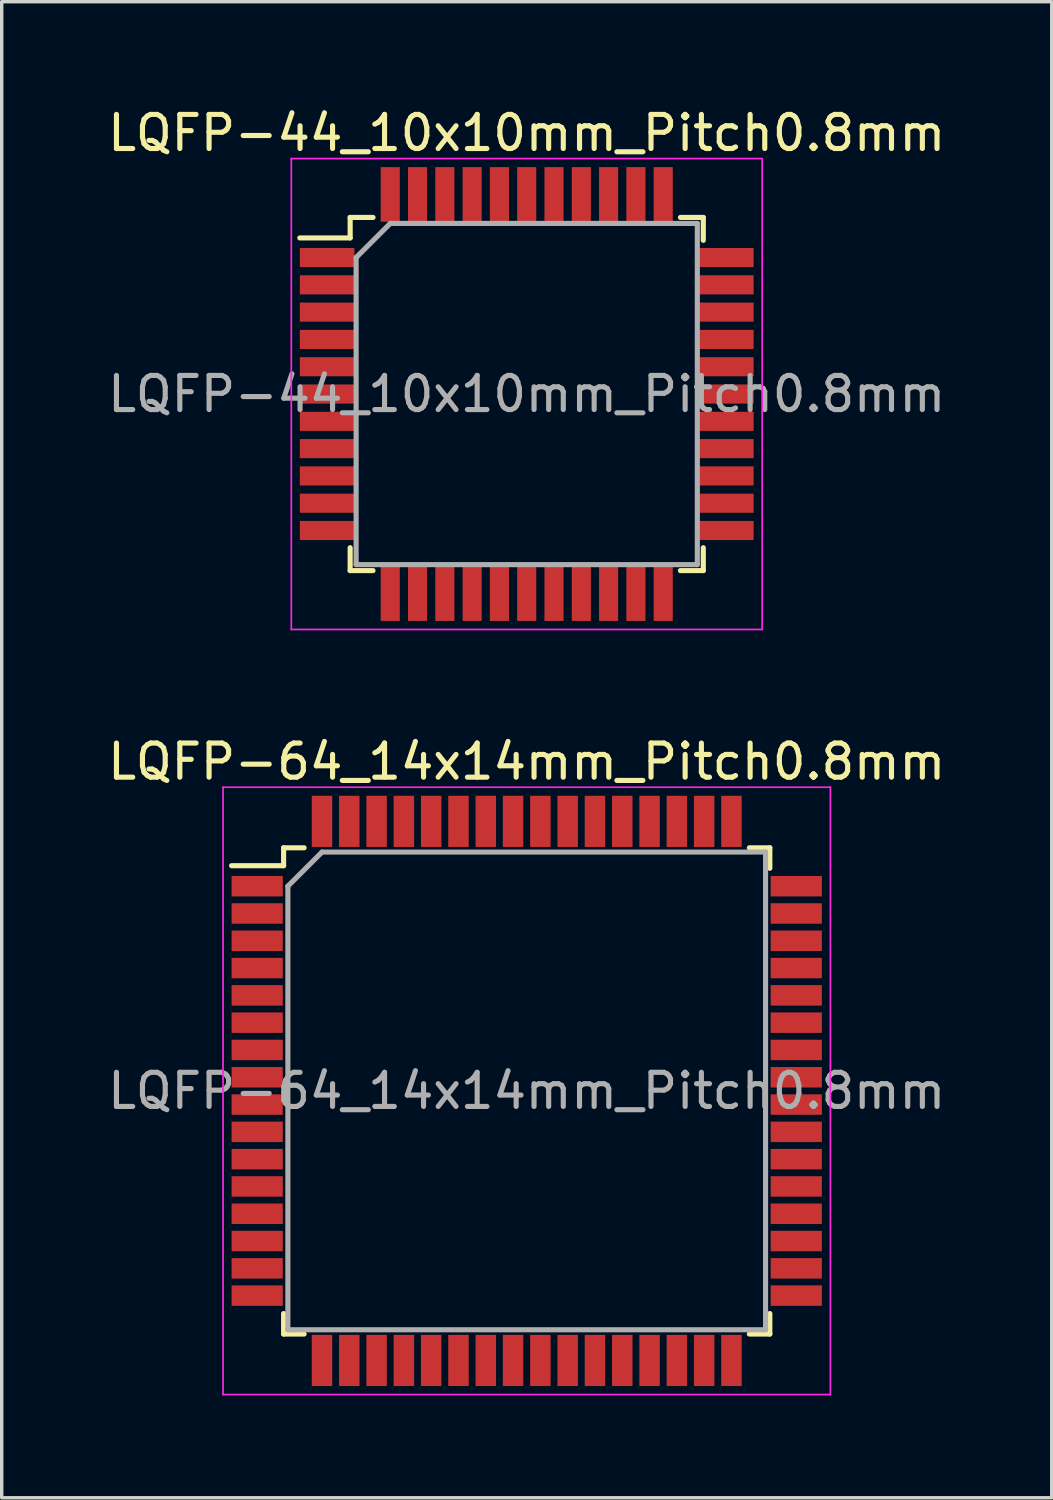
<source format=kicad_pcb>
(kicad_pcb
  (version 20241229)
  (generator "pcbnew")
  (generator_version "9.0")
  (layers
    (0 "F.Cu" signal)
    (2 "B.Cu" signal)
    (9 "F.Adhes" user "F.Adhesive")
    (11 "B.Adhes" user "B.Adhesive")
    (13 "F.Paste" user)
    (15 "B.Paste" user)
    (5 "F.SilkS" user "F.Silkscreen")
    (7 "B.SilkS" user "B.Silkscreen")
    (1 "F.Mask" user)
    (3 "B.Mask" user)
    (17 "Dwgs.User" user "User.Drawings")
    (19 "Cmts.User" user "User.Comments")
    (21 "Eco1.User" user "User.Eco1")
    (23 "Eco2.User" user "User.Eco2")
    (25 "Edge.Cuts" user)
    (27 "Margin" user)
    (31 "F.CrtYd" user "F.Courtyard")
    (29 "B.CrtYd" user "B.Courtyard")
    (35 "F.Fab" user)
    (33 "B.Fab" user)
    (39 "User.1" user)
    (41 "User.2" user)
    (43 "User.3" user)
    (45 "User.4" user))
  (footprint "LQFP-64_14x14mm_Pitch0.8mm"
    (layer "F.Cu")
    (at 12.387 28.922)
    (property "Reference" "LQFP-64_14x14mm_Pitch0.8mm" (at 0 -9.65 0) (layer "F.SilkS") (effects (font (size 1 1) (thickness 0.15))))
    (attr smd)
    (fp_line (start -7.125 -7.125) (end -7.125 -6.6) (stroke (width 0.15) (type solid)) (layer "F.SilkS"))
    (fp_line (start -7.125 -7.125) (end -6.525 -7.125) (stroke (width 0.15) (type solid)) (layer "F.SilkS"))
    (fp_line (start -7.125 -6.6) (end -8.65 -6.6) (stroke (width 0.15) (type solid)) (layer "F.SilkS"))
    (fp_line (start -7.125 7.125) (end -7.125 6.525) (stroke (width 0.15) (type solid)) (layer "F.SilkS"))
    (fp_line (start -7.125 7.125) (end -6.525 7.125) (stroke (width 0.15) (type solid)) (layer "F.SilkS"))
    (fp_line (start 7.125 -7.125) (end 6.525 -7.125) (stroke (width 0.15) (type solid)) (layer "F.SilkS"))
    (fp_line (start 7.125 -7.125) (end 7.125 -6.525) (stroke (width 0.15) (type solid)) (layer "F.SilkS"))
    (fp_line (start 7.125 7.125) (end 6.525 7.125) (stroke (width 0.15) (type solid)) (layer "F.SilkS"))
    (fp_line (start 7.125 7.125) (end 7.125 6.525) (stroke (width 0.15) (type solid)) (layer "F.SilkS"))
    (fp_line (start -8.9 -8.9) (end -8.9 8.9) (stroke (width 0.05) (type solid)) (layer "F.CrtYd"))
    (fp_line (start -8.9 -8.9) (end 8.9 -8.9) (stroke (width 0.05) (type solid)) (layer "F.CrtYd"))
    (fp_line (start -8.9 8.9) (end 8.9 8.9) (stroke (width 0.05) (type solid)) (layer "F.CrtYd"))
    (fp_line (start 8.9 -8.9) (end 8.9 8.9) (stroke (width 0.05) (type solid)) (layer "F.CrtYd"))
    (fp_line (start -7 -6) (end -6 -7) (stroke (width 0.15) (type solid)) (layer "F.Fab"))
    (fp_line (start -7 7) (end -7 -6) (stroke (width 0.15) (type solid)) (layer "F.Fab"))
    (fp_line (start -6 -7) (end 7 -7) (stroke (width 0.15) (type solid)) (layer "F.Fab"))
    (fp_line (start 7 -7) (end 7 7) (stroke (width 0.15) (type solid)) (layer "F.Fab"))
    (fp_line (start 7 7) (end -7 7) (stroke (width 0.15) (type solid)) (layer "F.Fab"))
    (fp_text user "${REFERENCE}" (at 0 0 0) (layer "F.Fab") (effects (font (size 1 1) (thickness 0.15))))
    (pad "1" smd rect (at -7.9 -6) (size 1.5 0.6) (layers "F.Cu" "F.Mask" "F.Paste"))
    (pad "2" smd rect (at -7.9 -5.2) (size 1.5 0.6) (layers "F.Cu" "F.Mask" "F.Paste"))
    (pad "3" smd rect (at -7.9 -4.4) (size 1.5 0.6) (layers "F.Cu" "F.Mask" "F.Paste"))
    (pad "4" smd rect (at -7.9 -3.6) (size 1.5 0.6) (layers "F.Cu" "F.Mask" "F.Paste"))
    (pad "5" smd rect (at -7.9 -2.8) (size 1.5 0.6) (layers "F.Cu" "F.Mask" "F.Paste"))
    (pad "6" smd rect (at -7.9 -2) (size 1.5 0.6) (layers "F.Cu" "F.Mask" "F.Paste"))
    (pad "7" smd rect (at -7.9 -1.2) (size 1.5 0.6) (layers "F.Cu" "F.Mask" "F.Paste"))
    (pad "8" smd rect (at -7.9 -0.4) (size 1.5 0.6) (layers "F.Cu" "F.Mask" "F.Paste"))
    (pad "9" smd rect (at -7.9 0.4) (size 1.5 0.6) (layers "F.Cu" "F.Mask" "F.Paste"))
    (pad "10" smd rect (at -7.9 1.2) (size 1.5 0.6) (layers "F.Cu" "F.Mask" "F.Paste"))
    (pad "11" smd rect (at -7.9 2) (size 1.5 0.6) (layers "F.Cu" "F.Mask" "F.Paste"))
    (pad "12" smd rect (at -7.9 2.8) (size 1.5 0.6) (layers "F.Cu" "F.Mask" "F.Paste"))
    (pad "13" smd rect (at -7.9 3.6) (size 1.5 0.6) (layers "F.Cu" "F.Mask" "F.Paste"))
    (pad "14" smd rect (at -7.9 4.4) (size 1.5 0.6) (layers "F.Cu" "F.Mask" "F.Paste"))
    (pad "15" smd rect (at -7.9 5.2) (size 1.5 0.6) (layers "F.Cu" "F.Mask" "F.Paste"))
    (pad "16" smd rect (at -7.9 6) (size 1.5 0.6) (layers "F.Cu" "F.Mask" "F.Paste"))
    (pad "17" smd rect (at -6 7.9 90) (size 1.5 0.6) (layers "F.Cu" "F.Mask" "F.Paste"))
    (pad "18" smd rect (at -5.2 7.9 90) (size 1.5 0.6) (layers "F.Cu" "F.Mask" "F.Paste"))
    (pad "19" smd rect (at -4.4 7.9 90) (size 1.5 0.6) (layers "F.Cu" "F.Mask" "F.Paste"))
    (pad "20" smd rect (at -3.6 7.9 90) (size 1.5 0.6) (layers "F.Cu" "F.Mask" "F.Paste"))
    (pad "21" smd rect (at -2.8 7.9 90) (size 1.5 0.6) (layers "F.Cu" "F.Mask" "F.Paste"))
    (pad "22" smd rect (at -2 7.9 90) (size 1.5 0.6) (layers "F.Cu" "F.Mask" "F.Paste"))
    (pad "23" smd rect (at -1.2 7.9 90) (size 1.5 0.6) (layers "F.Cu" "F.Mask" "F.Paste"))
    (pad "24" smd rect (at -0.4 7.9 90) (size 1.5 0.6) (layers "F.Cu" "F.Mask" "F.Paste"))
    (pad "25" smd rect (at 0.4 7.9 90) (size 1.5 0.6) (layers "F.Cu" "F.Mask" "F.Paste"))
    (pad "26" smd rect (at 1.2 7.9 90) (size 1.5 0.6) (layers "F.Cu" "F.Mask" "F.Paste"))
    (pad "27" smd rect (at 2 7.9 90) (size 1.5 0.6) (layers "F.Cu" "F.Mask" "F.Paste"))
    (pad "28" smd rect (at 2.8 7.9 90) (size 1.5 0.6) (layers "F.Cu" "F.Mask" "F.Paste"))
    (pad "29" smd rect (at 3.6 7.9 90) (size 1.5 0.6) (layers "F.Cu" "F.Mask" "F.Paste"))
    (pad "30" smd rect (at 4.4 7.9 90) (size 1.5 0.6) (layers "F.Cu" "F.Mask" "F.Paste"))
    (pad "31" smd rect (at 5.2 7.9 90) (size 1.5 0.6) (layers "F.Cu" "F.Mask" "F.Paste"))
    (pad "32" smd rect (at 6 7.9 90) (size 1.5 0.6) (layers "F.Cu" "F.Mask" "F.Paste"))
    (pad "33" smd rect (at 7.9 6) (size 1.5 0.6) (layers "F.Cu" "F.Mask" "F.Paste"))
    (pad "34" smd rect (at 7.9 5.2) (size 1.5 0.6) (layers "F.Cu" "F.Mask" "F.Paste"))
    (pad "35" smd rect (at 7.9 4.4) (size 1.5 0.6) (layers "F.Cu" "F.Mask" "F.Paste"))
    (pad "36" smd rect (at 7.9 3.6) (size 1.5 0.6) (layers "F.Cu" "F.Mask" "F.Paste"))
    (pad "37" smd rect (at 7.9 2.8) (size 1.5 0.6) (layers "F.Cu" "F.Mask" "F.Paste"))
    (pad "38" smd rect (at 7.9 2) (size 1.5 0.6) (layers "F.Cu" "F.Mask" "F.Paste"))
    (pad "39" smd rect (at 7.9 1.2) (size 1.5 0.6) (layers "F.Cu" "F.Mask" "F.Paste"))
    (pad "40" smd rect (at 7.9 0.4) (size 1.5 0.6) (layers "F.Cu" "F.Mask" "F.Paste"))
    (pad "41" smd rect (at 7.9 -0.4) (size 1.5 0.6) (layers "F.Cu" "F.Mask" "F.Paste"))
    (pad "42" smd rect (at 7.9 -1.2) (size 1.5 0.6) (layers "F.Cu" "F.Mask" "F.Paste"))
    (pad "43" smd rect (at 7.9 -2) (size 1.5 0.6) (layers "F.Cu" "F.Mask" "F.Paste"))
    (pad "44" smd rect (at 7.9 -2.8) (size 1.5 0.6) (layers "F.Cu" "F.Mask" "F.Paste"))
    (pad "45" smd rect (at 7.9 -3.6) (size 1.5 0.6) (layers "F.Cu" "F.Mask" "F.Paste"))
    (pad "46" smd rect (at 7.9 -4.4) (size 1.5 0.6) (layers "F.Cu" "F.Mask" "F.Paste"))
    (pad "47" smd rect (at 7.9 -5.2) (size 1.5 0.6) (layers "F.Cu" "F.Mask" "F.Paste"))
    (pad "48" smd rect (at 7.9 -6) (size 1.5 0.6) (layers "F.Cu" "F.Mask" "F.Paste"))
    (pad "49" smd rect (at 6 -7.9 90) (size 1.5 0.6) (layers "F.Cu" "F.Mask" "F.Paste"))
    (pad "50" smd rect (at 5.2 -7.9 90) (size 1.5 0.6) (layers "F.Cu" "F.Mask" "F.Paste"))
    (pad "51" smd rect (at 4.4 -7.9 90) (size 1.5 0.6) (layers "F.Cu" "F.Mask" "F.Paste"))
    (pad "52" smd rect (at 3.6 -7.9 90) (size 1.5 0.6) (layers "F.Cu" "F.Mask" "F.Paste"))
    (pad "53" smd rect (at 2.8 -7.9 90) (size 1.5 0.6) (layers "F.Cu" "F.Mask" "F.Paste"))
    (pad "54" smd rect (at 2 -7.9 90) (size 1.5 0.6) (layers "F.Cu" "F.Mask" "F.Paste"))
    (pad "55" smd rect (at 1.2 -7.9 90) (size 1.5 0.6) (layers "F.Cu" "F.Mask" "F.Paste"))
    (pad "56" smd rect (at 0.4 -7.9 90) (size 1.5 0.6) (layers "F.Cu" "F.Mask" "F.Paste"))
    (pad "57" smd rect (at -0.4 -7.9 90) (size 1.5 0.6) (layers "F.Cu" "F.Mask" "F.Paste"))
    (pad "58" smd rect (at -1.2 -7.9 90) (size 1.5 0.6) (layers "F.Cu" "F.Mask" "F.Paste"))
    (pad "59" smd rect (at -2 -7.9 90) (size 1.5 0.6) (layers "F.Cu" "F.Mask" "F.Paste"))
    (pad "60" smd rect (at -2.8 -7.9 90) (size 1.5 0.6) (layers "F.Cu" "F.Mask" "F.Paste"))
    (pad "61" smd rect (at -3.6 -7.9 90) (size 1.5 0.6) (layers "F.Cu" "F.Mask" "F.Paste"))
    (pad "62" smd rect (at -4.4 -7.9 90) (size 1.5 0.6) (layers "F.Cu" "F.Mask" "F.Paste"))
    (pad "63" smd rect (at -5.2 -7.9 90) (size 1.5 0.6) (layers "F.Cu" "F.Mask" "F.Paste"))
    (pad "64" smd rect (at -6 -7.9 90) (size 1.5 0.6) (layers "F.Cu" "F.Mask" "F.Paste")))
  (footprint "LQFP-44_10x10mm_Pitch0.8mm"
    (layer "F.Cu")
    (at 12.387 8.498)
    (property "Reference" "LQFP-44_10x10mm_Pitch0.8mm" (at 0 -7.65 0) (layer "F.SilkS") (effects (font (size 1 1) (thickness 0.15))))
    (attr smd)
    (fp_line (start -5.175 -5.175) (end -5.175 -4.575) (stroke (width 0.15) (type solid)) (layer "F.SilkS"))
    (fp_line (start -5.175 -5.175) (end -4.505 -5.175) (stroke (width 0.15) (type solid)) (layer "F.SilkS"))
    (fp_line (start -5.175 -4.575) (end -6.65 -4.575) (stroke (width 0.15) (type solid)) (layer "F.SilkS"))
    (fp_line (start -5.175 5.175) (end -5.175 4.505) (stroke (width 0.15) (type solid)) (layer "F.SilkS"))
    (fp_line (start -5.175 5.175) (end -4.505 5.175) (stroke (width 0.15) (type solid)) (layer "F.SilkS"))
    (fp_line (start 5.175 -5.175) (end 4.505 -5.175) (stroke (width 0.15) (type solid)) (layer "F.SilkS"))
    (fp_line (start 5.175 -5.175) (end 5.175 -4.505) (stroke (width 0.15) (type solid)) (layer "F.SilkS"))
    (fp_line (start 5.175 5.175) (end 4.505 5.175) (stroke (width 0.15) (type solid)) (layer "F.SilkS"))
    (fp_line (start 5.175 5.175) (end 5.175 4.505) (stroke (width 0.15) (type solid)) (layer "F.SilkS"))
    (fp_line (start -6.9 -6.9) (end -6.9 6.9) (stroke (width 0.05) (type solid)) (layer "F.CrtYd"))
    (fp_line (start -6.9 -6.9) (end 6.9 -6.9) (stroke (width 0.05) (type solid)) (layer "F.CrtYd"))
    (fp_line (start -6.9 6.9) (end 6.9 6.9) (stroke (width 0.05) (type solid)) (layer "F.CrtYd"))
    (fp_line (start 6.9 -6.9) (end 6.9 6.9) (stroke (width 0.05) (type solid)) (layer "F.CrtYd"))
    (fp_line (start -5 -4) (end -4 -5) (stroke (width 0.15) (type solid)) (layer "F.Fab"))
    (fp_line (start -5 5) (end -5 -4) (stroke (width 0.15) (type solid)) (layer "F.Fab"))
    (fp_line (start -4 -5) (end 5 -5) (stroke (width 0.15) (type solid)) (layer "F.Fab"))
    (fp_line (start 5 -5) (end 5 5) (stroke (width 0.15) (type solid)) (layer "F.Fab"))
    (fp_line (start 5 5) (end -5 5) (stroke (width 0.15) (type solid)) (layer "F.Fab"))
    (fp_text user "${REFERENCE}" (at 0 0 0) (layer "F.Fab") (effects (font (size 1 1) (thickness 0.15))))
    (pad "1" smd rect (at -5.85 -4) (size 1.6 0.56) (layers "F.Cu" "F.Mask" "F.Paste"))
    (pad "2" smd rect (at -5.85 -3.2) (size 1.6 0.56) (layers "F.Cu" "F.Mask" "F.Paste"))
    (pad "3" smd rect (at -5.85 -2.4) (size 1.6 0.56) (layers "F.Cu" "F.Mask" "F.Paste"))
    (pad "4" smd rect (at -5.85 -1.6) (size 1.6 0.56) (layers "F.Cu" "F.Mask" "F.Paste"))
    (pad "5" smd rect (at -5.85 -0.8) (size 1.6 0.56) (layers "F.Cu" "F.Mask" "F.Paste"))
    (pad "6" smd rect (at -5.85 0) (size 1.6 0.56) (layers "F.Cu" "F.Mask" "F.Paste"))
    (pad "7" smd rect (at -5.85 0.8) (size 1.6 0.56) (layers "F.Cu" "F.Mask" "F.Paste"))
    (pad "8" smd rect (at -5.85 1.6) (size 1.6 0.56) (layers "F.Cu" "F.Mask" "F.Paste"))
    (pad "9" smd rect (at -5.85 2.4) (size 1.6 0.56) (layers "F.Cu" "F.Mask" "F.Paste"))
    (pad "10" smd rect (at -5.85 3.2) (size 1.6 0.56) (layers "F.Cu" "F.Mask" "F.Paste"))
    (pad "11" smd rect (at -5.85 4) (size 1.6 0.56) (layers "F.Cu" "F.Mask" "F.Paste"))
    (pad "12" smd rect (at -4 5.85 90) (size 1.6 0.56) (layers "F.Cu" "F.Mask" "F.Paste"))
    (pad "13" smd rect (at -3.2 5.85 90) (size 1.6 0.56) (layers "F.Cu" "F.Mask" "F.Paste"))
    (pad "14" smd rect (at -2.4 5.85 90) (size 1.6 0.56) (layers "F.Cu" "F.Mask" "F.Paste"))
    (pad "15" smd rect (at -1.6 5.85 90) (size 1.6 0.56) (layers "F.Cu" "F.Mask" "F.Paste"))
    (pad "16" smd rect (at -0.8 5.85 90) (size 1.6 0.56) (layers "F.Cu" "F.Mask" "F.Paste"))
    (pad "17" smd rect (at 0 5.85 90) (size 1.6 0.56) (layers "F.Cu" "F.Mask" "F.Paste"))
    (pad "18" smd rect (at 0.8 5.85 90) (size 1.6 0.56) (layers "F.Cu" "F.Mask" "F.Paste"))
    (pad "19" smd rect (at 1.6 5.85 90) (size 1.6 0.56) (layers "F.Cu" "F.Mask" "F.Paste"))
    (pad "20" smd rect (at 2.4 5.85 90) (size 1.6 0.56) (layers "F.Cu" "F.Mask" "F.Paste"))
    (pad "21" smd rect (at 3.2 5.85 90) (size 1.6 0.56) (layers "F.Cu" "F.Mask" "F.Paste"))
    (pad "22" smd rect (at 4 5.85 90) (size 1.6 0.56) (layers "F.Cu" "F.Mask" "F.Paste"))
    (pad "23" smd rect (at 5.85 4) (size 1.6 0.56) (layers "F.Cu" "F.Mask" "F.Paste"))
    (pad "24" smd rect (at 5.85 3.2) (size 1.6 0.56) (layers "F.Cu" "F.Mask" "F.Paste"))
    (pad "25" smd rect (at 5.85 2.4) (size 1.6 0.56) (layers "F.Cu" "F.Mask" "F.Paste"))
    (pad "26" smd rect (at 5.85 1.6) (size 1.6 0.56) (layers "F.Cu" "F.Mask" "F.Paste"))
    (pad "27" smd rect (at 5.85 0.8) (size 1.6 0.56) (layers "F.Cu" "F.Mask" "F.Paste"))
    (pad "28" smd rect (at 5.85 0) (size 1.6 0.56) (layers "F.Cu" "F.Mask" "F.Paste"))
    (pad "29" smd rect (at 5.85 -0.8) (size 1.6 0.56) (layers "F.Cu" "F.Mask" "F.Paste"))
    (pad "30" smd rect (at 5.85 -1.6) (size 1.6 0.56) (layers "F.Cu" "F.Mask" "F.Paste"))
    (pad "31" smd rect (at 5.85 -2.4) (size 1.6 0.56) (layers "F.Cu" "F.Mask" "F.Paste"))
    (pad "32" smd rect (at 5.85 -3.2) (size 1.6 0.56) (layers "F.Cu" "F.Mask" "F.Paste"))
    (pad "33" smd rect (at 5.85 -4) (size 1.6 0.56) (layers "F.Cu" "F.Mask" "F.Paste"))
    (pad "34" smd rect (at 4 -5.85 90) (size 1.6 0.56) (layers "F.Cu" "F.Mask" "F.Paste"))
    (pad "35" smd rect (at 3.2 -5.85 90) (size 1.6 0.56) (layers "F.Cu" "F.Mask" "F.Paste"))
    (pad "36" smd rect (at 2.4 -5.85 90) (size 1.6 0.56) (layers "F.Cu" "F.Mask" "F.Paste"))
    (pad "37" smd rect (at 1.6 -5.85 90) (size 1.6 0.56) (layers "F.Cu" "F.Mask" "F.Paste"))
    (pad "38" smd rect (at 0.8 -5.85 90) (size 1.6 0.56) (layers "F.Cu" "F.Mask" "F.Paste"))
    (pad "39" smd rect (at 0 -5.85 90) (size 1.6 0.56) (layers "F.Cu" "F.Mask" "F.Paste"))
    (pad "40" smd rect (at -0.8 -5.85 90) (size 1.6 0.56) (layers "F.Cu" "F.Mask" "F.Paste"))
    (pad "41" smd rect (at -1.6 -5.85 90) (size 1.6 0.56) (layers "F.Cu" "F.Mask" "F.Paste"))
    (pad "42" smd rect (at -2.4 -5.85 90) (size 1.6 0.56) (layers "F.Cu" "F.Mask" "F.Paste"))
    (pad "43" smd rect (at -3.2 -5.85 90) (size 1.6 0.56) (layers "F.Cu" "F.Mask" "F.Paste"))
    (pad "44" smd rect (at -4 -5.85 90) (size 1.6 0.56) (layers "F.Cu" "F.Mask" "F.Paste")))
  (gr_rect
    (start -3 -3)
    (end 27.774 40.846)
    (stroke (width 0.1) (type default))
    (fill no)
    (layer "Edge.Cuts")))
</source>
